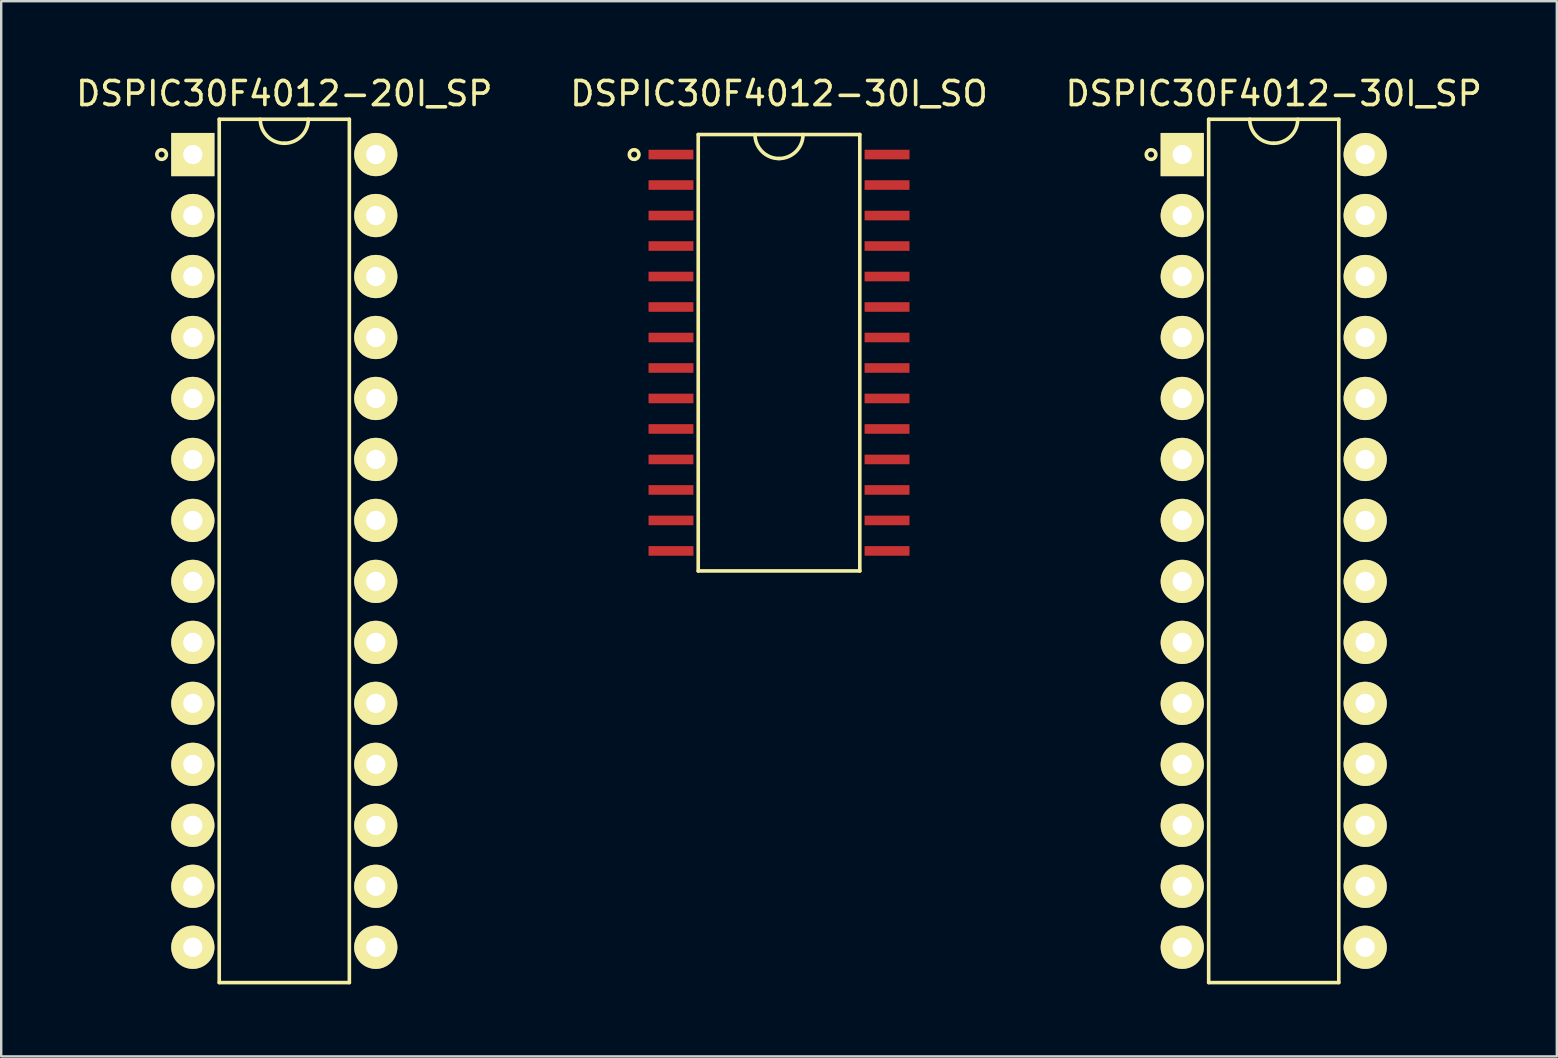
<source format=kicad_pcb>
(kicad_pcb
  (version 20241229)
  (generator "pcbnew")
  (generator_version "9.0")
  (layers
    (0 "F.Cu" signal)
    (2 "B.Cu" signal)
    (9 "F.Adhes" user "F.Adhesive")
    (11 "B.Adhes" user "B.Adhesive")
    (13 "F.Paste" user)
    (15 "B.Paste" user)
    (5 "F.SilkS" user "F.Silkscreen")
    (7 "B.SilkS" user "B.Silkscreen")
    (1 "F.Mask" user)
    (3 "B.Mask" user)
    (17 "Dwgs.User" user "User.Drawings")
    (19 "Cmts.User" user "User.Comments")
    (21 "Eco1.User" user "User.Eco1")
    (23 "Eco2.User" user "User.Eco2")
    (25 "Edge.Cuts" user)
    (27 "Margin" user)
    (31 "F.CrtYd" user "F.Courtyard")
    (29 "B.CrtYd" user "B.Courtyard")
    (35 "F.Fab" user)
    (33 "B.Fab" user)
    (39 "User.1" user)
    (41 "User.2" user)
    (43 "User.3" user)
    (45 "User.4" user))
  (footprint "DSPIC30F4012-30I_SP"
    (layer "F.Cu")
    (at 46.196 3.388)
    (property "Reference" "DSPIC30F4012-30I_SP" (at 3.81 -2.54 0) (layer "F.SilkS") (effects (font (size 1 1) (thickness 0.15))))
    (attr through_hole)
    (fp_line (start 1.1 -1.47) (end 6.52 -1.47) (stroke (width 0.15) (type solid)) (layer "F.SilkS"))
    (fp_line (start 1.1 34.49) (end 1.1 -1.47) (stroke (width 0.15) (type solid)) (layer "F.SilkS"))
    (fp_line (start 6.52 -1.47) (end 6.52 34.49) (stroke (width 0.15) (type solid)) (layer "F.SilkS"))
    (fp_line (start 6.52 34.49) (end 1.1 34.49) (stroke (width 0.15) (type solid)) (layer "F.SilkS"))
    (fp_arc (start 3.81 -0.47) (mid 3.102893 -0.762893) (end 2.81 -1.47) (stroke (width 0.15) (type solid)) (layer "F.SilkS"))
    (fp_arc (start 4.81 -1.47) (mid 4.517107 -0.762893) (end 3.81 -0.47) (stroke (width 0.15) (type solid)) (layer "F.SilkS"))
    (fp_circle (center -1.3 0) (end -1.3 0.2) (stroke (width 0.15) (type solid)) (fill no) (layer "F.SilkS"))
    (pad "1" thru_hole rect (at 0 0) (size 1.8 1.8) (drill 0.8) (layers "*.Cu" "*.Mask" "F.SilkS"))
    (pad "2" thru_hole circle (at 0 2.54) (size 1.8 1.8) (drill 0.8) (layers "*.Cu" "*.Mask" "F.SilkS"))
    (pad "3" thru_hole circle (at 0 5.08) (size 1.8 1.8) (drill 0.8) (layers "*.Cu" "*.Mask" "F.SilkS"))
    (pad "4" thru_hole circle (at 0 7.62) (size 1.8 1.8) (drill 0.8) (layers "*.Cu" "*.Mask" "F.SilkS"))
    (pad "5" thru_hole circle (at 0 10.16) (size 1.8 1.8) (drill 0.8) (layers "*.Cu" "*.Mask" "F.SilkS"))
    (pad "6" thru_hole circle (at 0 12.7) (size 1.8 1.8) (drill 0.8) (layers "*.Cu" "*.Mask" "F.SilkS"))
    (pad "7" thru_hole circle (at 0 15.24) (size 1.8 1.8) (drill 0.8) (layers "*.Cu" "*.Mask" "F.SilkS"))
    (pad "8" thru_hole circle (at 0 17.78) (size 1.8 1.8) (drill 0.8) (layers "*.Cu" "*.Mask" "F.SilkS"))
    (pad "9" thru_hole circle (at 0 20.32) (size 1.8 1.8) (drill 0.8) (layers "*.Cu" "*.Mask" "F.SilkS"))
    (pad "10" thru_hole circle (at 0 22.86) (size 1.8 1.8) (drill 0.8) (layers "*.Cu" "*.Mask" "F.SilkS"))
    (pad "11" thru_hole circle (at 0 25.4) (size 1.8 1.8) (drill 0.8) (layers "*.Cu" "*.Mask" "F.SilkS"))
    (pad "12" thru_hole circle (at 0 27.94) (size 1.8 1.8) (drill 0.8) (layers "*.Cu" "*.Mask" "F.SilkS"))
    (pad "13" thru_hole circle (at 0 30.48) (size 1.8 1.8) (drill 0.8) (layers "*.Cu" "*.Mask" "F.SilkS"))
    (pad "14" thru_hole circle (at 0 33.02) (size 1.8 1.8) (drill 0.8) (layers "*.Cu" "*.Mask" "F.SilkS"))
    (pad "15" thru_hole circle (at 7.62 33.02) (size 1.8 1.8) (drill 0.8) (layers "*.Cu" "*.Mask" "F.SilkS"))
    (pad "16" thru_hole circle (at 7.62 30.48) (size 1.8 1.8) (drill 0.8) (layers "*.Cu" "*.Mask" "F.SilkS"))
    (pad "17" thru_hole circle (at 7.62 27.94) (size 1.8 1.8) (drill 0.8) (layers "*.Cu" "*.Mask" "F.SilkS"))
    (pad "18" thru_hole circle (at 7.62 25.4) (size 1.8 1.8) (drill 0.8) (layers "*.Cu" "*.Mask" "F.SilkS"))
    (pad "19" thru_hole circle (at 7.62 22.86) (size 1.8 1.8) (drill 0.8) (layers "*.Cu" "*.Mask" "F.SilkS"))
    (pad "20" thru_hole circle (at 7.62 20.32) (size 1.8 1.8) (drill 0.8) (layers "*.Cu" "*.Mask" "F.SilkS"))
    (pad "21" thru_hole circle (at 7.62 17.78) (size 1.8 1.8) (drill 0.8) (layers "*.Cu" "*.Mask" "F.SilkS"))
    (pad "22" thru_hole circle (at 7.62 15.24) (size 1.8 1.8) (drill 0.8) (layers "*.Cu" "*.Mask" "F.SilkS"))
    (pad "23" thru_hole circle (at 7.62 12.7) (size 1.8 1.8) (drill 0.8) (layers "*.Cu" "*.Mask" "F.SilkS"))
    (pad "24" thru_hole circle (at 7.62 10.16) (size 1.8 1.8) (drill 0.8) (layers "*.Cu" "*.Mask" "F.SilkS"))
    (pad "25" thru_hole circle (at 7.62 7.62) (size 1.8 1.8) (drill 0.8) (layers "*.Cu" "*.Mask" "F.SilkS"))
    (pad "26" thru_hole circle (at 7.62 5.08) (size 1.8 1.8) (drill 0.8) (layers "*.Cu" "*.Mask" "F.SilkS"))
    (pad "27" thru_hole circle (at 7.62 2.54) (size 1.8 1.8) (drill 0.8) (layers "*.Cu" "*.Mask" "F.SilkS"))
    (pad "28" thru_hole circle (at 7.62 0) (size 1.8 1.8) (drill 0.8) (layers "*.Cu" "*.Mask" "F.SilkS")))
  (footprint "DSPIC30F4012-20I_SP"
    (layer "F.Cu")
    (at 4.982 3.388)
    (property "Reference" "DSPIC30F4012-20I_SP" (at 3.81 -2.54 0) (layer "F.SilkS") (effects (font (size 1 1) (thickness 0.15))))
    (attr through_hole)
    (fp_line (start 1.1 -1.47) (end 6.52 -1.47) (stroke (width 0.15) (type solid)) (layer "F.SilkS"))
    (fp_line (start 1.1 34.49) (end 1.1 -1.47) (stroke (width 0.15) (type solid)) (layer "F.SilkS"))
    (fp_line (start 6.52 -1.47) (end 6.52 34.49) (stroke (width 0.15) (type solid)) (layer "F.SilkS"))
    (fp_line (start 6.52 34.49) (end 1.1 34.49) (stroke (width 0.15) (type solid)) (layer "F.SilkS"))
    (fp_arc (start 3.81 -0.47) (mid 3.102893 -0.762893) (end 2.81 -1.47) (stroke (width 0.15) (type solid)) (layer "F.SilkS"))
    (fp_arc (start 4.81 -1.47) (mid 4.517107 -0.762893) (end 3.81 -0.47) (stroke (width 0.15) (type solid)) (layer "F.SilkS"))
    (fp_circle (center -1.3 0) (end -1.3 0.2) (stroke (width 0.15) (type solid)) (fill no) (layer "F.SilkS"))
    (pad "1" thru_hole rect (at 0 0) (size 1.8 1.8) (drill 0.8) (layers "*.Cu" "*.Mask" "F.SilkS"))
    (pad "2" thru_hole circle (at 0 2.54) (size 1.8 1.8) (drill 0.8) (layers "*.Cu" "*.Mask" "F.SilkS"))
    (pad "3" thru_hole circle (at 0 5.08) (size 1.8 1.8) (drill 0.8) (layers "*.Cu" "*.Mask" "F.SilkS"))
    (pad "4" thru_hole circle (at 0 7.62) (size 1.8 1.8) (drill 0.8) (layers "*.Cu" "*.Mask" "F.SilkS"))
    (pad "5" thru_hole circle (at 0 10.16) (size 1.8 1.8) (drill 0.8) (layers "*.Cu" "*.Mask" "F.SilkS"))
    (pad "6" thru_hole circle (at 0 12.7) (size 1.8 1.8) (drill 0.8) (layers "*.Cu" "*.Mask" "F.SilkS"))
    (pad "7" thru_hole circle (at 0 15.24) (size 1.8 1.8) (drill 0.8) (layers "*.Cu" "*.Mask" "F.SilkS"))
    (pad "8" thru_hole circle (at 0 17.78) (size 1.8 1.8) (drill 0.8) (layers "*.Cu" "*.Mask" "F.SilkS"))
    (pad "9" thru_hole circle (at 0 20.32) (size 1.8 1.8) (drill 0.8) (layers "*.Cu" "*.Mask" "F.SilkS"))
    (pad "10" thru_hole circle (at 0 22.86) (size 1.8 1.8) (drill 0.8) (layers "*.Cu" "*.Mask" "F.SilkS"))
    (pad "11" thru_hole circle (at 0 25.4) (size 1.8 1.8) (drill 0.8) (layers "*.Cu" "*.Mask" "F.SilkS"))
    (pad "12" thru_hole circle (at 0 27.94) (size 1.8 1.8) (drill 0.8) (layers "*.Cu" "*.Mask" "F.SilkS"))
    (pad "13" thru_hole circle (at 0 30.48) (size 1.8 1.8) (drill 0.8) (layers "*.Cu" "*.Mask" "F.SilkS"))
    (pad "14" thru_hole circle (at 0 33.02) (size 1.8 1.8) (drill 0.8) (layers "*.Cu" "*.Mask" "F.SilkS"))
    (pad "15" thru_hole circle (at 7.62 33.02) (size 1.8 1.8) (drill 0.8) (layers "*.Cu" "*.Mask" "F.SilkS"))
    (pad "16" thru_hole circle (at 7.62 30.48) (size 1.8 1.8) (drill 0.8) (layers "*.Cu" "*.Mask" "F.SilkS"))
    (pad "17" thru_hole circle (at 7.62 27.94) (size 1.8 1.8) (drill 0.8) (layers "*.Cu" "*.Mask" "F.SilkS"))
    (pad "18" thru_hole circle (at 7.62 25.4) (size 1.8 1.8) (drill 0.8) (layers "*.Cu" "*.Mask" "F.SilkS"))
    (pad "19" thru_hole circle (at 7.62 22.86) (size 1.8 1.8) (drill 0.8) (layers "*.Cu" "*.Mask" "F.SilkS"))
    (pad "20" thru_hole circle (at 7.62 20.32) (size 1.8 1.8) (drill 0.8) (layers "*.Cu" "*.Mask" "F.SilkS"))
    (pad "21" thru_hole circle (at 7.62 17.78) (size 1.8 1.8) (drill 0.8) (layers "*.Cu" "*.Mask" "F.SilkS"))
    (pad "22" thru_hole circle (at 7.62 15.24) (size 1.8 1.8) (drill 0.8) (layers "*.Cu" "*.Mask" "F.SilkS"))
    (pad "23" thru_hole circle (at 7.62 12.7) (size 1.8 1.8) (drill 0.8) (layers "*.Cu" "*.Mask" "F.SilkS"))
    (pad "24" thru_hole circle (at 7.62 10.16) (size 1.8 1.8) (drill 0.8) (layers "*.Cu" "*.Mask" "F.SilkS"))
    (pad "25" thru_hole circle (at 7.62 7.62) (size 1.8 1.8) (drill 0.8) (layers "*.Cu" "*.Mask" "F.SilkS"))
    (pad "26" thru_hole circle (at 7.62 5.08) (size 1.8 1.8) (drill 0.8) (layers "*.Cu" "*.Mask" "F.SilkS"))
    (pad "27" thru_hole circle (at 7.62 2.54) (size 1.8 1.8) (drill 0.8) (layers "*.Cu" "*.Mask" "F.SilkS"))
    (pad "28" thru_hole circle (at 7.62 0) (size 1.8 1.8) (drill 0.8) (layers "*.Cu" "*.Mask" "F.SilkS")))
  (footprint "DSPIC30F4012-30I_SO"
    (layer "F.Cu")
    (at 24.899 3.388)
    (property "Reference" "DSPIC30F4012-30I_SO" (at 4.5 -2.54 0) (layer "F.SilkS") (effects (font (size 1 1) (thickness 0.15))))
    (attr through_hole)
    (fp_line (start 1.135 -0.835) (end 7.865 -0.835) (stroke (width 0.15) (type solid)) (layer "F.SilkS"))
    (fp_line (start 1.135 17.345) (end 1.135 -0.835) (stroke (width 0.15) (type solid)) (layer "F.SilkS"))
    (fp_line (start 7.865 -0.835) (end 7.865 17.345) (stroke (width 0.15) (type solid)) (layer "F.SilkS"))
    (fp_line (start 7.865 17.345) (end 1.135 17.345) (stroke (width 0.15) (type solid)) (layer "F.SilkS"))
    (fp_arc (start 4.5 0.165) (mid 3.792893 -0.127893) (end 3.5 -0.835) (stroke (width 0.15) (type solid)) (layer "F.SilkS"))
    (fp_arc (start 5.5 -0.835) (mid 5.207107 -0.127893) (end 4.5 0.165) (stroke (width 0.15) (type solid)) (layer "F.SilkS"))
    (fp_circle (center -1.535 0) (end -1.535 0.2) (stroke (width 0.15) (type solid)) (fill no) (layer "F.SilkS"))
    (pad "1" smd rect (at 0 0) (size 1.87 0.4) (layers "F.Cu" "F.Mask" "F.Paste"))
    (pad "2" smd rect (at 0 1.27) (size 1.87 0.4) (layers "F.Cu" "F.Mask" "F.Paste"))
    (pad "3" smd rect (at 0 2.54) (size 1.87 0.4) (layers "F.Cu" "F.Mask" "F.Paste"))
    (pad "4" smd rect (at 0 3.81) (size 1.87 0.4) (layers "F.Cu" "F.Mask" "F.Paste"))
    (pad "5" smd rect (at 0 5.08) (size 1.87 0.4) (layers "F.Cu" "F.Mask" "F.Paste"))
    (pad "6" smd rect (at 0 6.35) (size 1.87 0.4) (layers "F.Cu" "F.Mask" "F.Paste"))
    (pad "7" smd rect (at 0 7.62) (size 1.87 0.4) (layers "F.Cu" "F.Mask" "F.Paste"))
    (pad "8" smd rect (at 0 8.89) (size 1.87 0.4) (layers "F.Cu" "F.Mask" "F.Paste"))
    (pad "9" smd rect (at 0 10.16) (size 1.87 0.4) (layers "F.Cu" "F.Mask" "F.Paste"))
    (pad "10" smd rect (at 0 11.43) (size 1.87 0.4) (layers "F.Cu" "F.Mask" "F.Paste"))
    (pad "11" smd rect (at 0 12.7) (size 1.87 0.4) (layers "F.Cu" "F.Mask" "F.Paste"))
    (pad "12" smd rect (at 0 13.97) (size 1.87 0.4) (layers "F.Cu" "F.Mask" "F.Paste"))
    (pad "13" smd rect (at 0 15.24) (size 1.87 0.4) (layers "F.Cu" "F.Mask" "F.Paste"))
    (pad "14" smd rect (at 0 16.51) (size 1.87 0.4) (layers "F.Cu" "F.Mask" "F.Paste"))
    (pad "15" smd rect (at 9 16.51) (size 1.87 0.4) (layers "F.Cu" "F.Mask" "F.Paste"))
    (pad "16" smd rect (at 9 15.24) (size 1.87 0.4) (layers "F.Cu" "F.Mask" "F.Paste"))
    (pad "17" smd rect (at 9 13.97) (size 1.87 0.4) (layers "F.Cu" "F.Mask" "F.Paste"))
    (pad "18" smd rect (at 9 12.7) (size 1.87 0.4) (layers "F.Cu" "F.Mask" "F.Paste"))
    (pad "19" smd rect (at 9 11.43) (size 1.87 0.4) (layers "F.Cu" "F.Mask" "F.Paste"))
    (pad "20" smd rect (at 9 10.16) (size 1.87 0.4) (layers "F.Cu" "F.Mask" "F.Paste"))
    (pad "21" smd rect (at 9 8.89) (size 1.87 0.4) (layers "F.Cu" "F.Mask" "F.Paste"))
    (pad "22" smd rect (at 9 7.62) (size 1.87 0.4) (layers "F.Cu" "F.Mask" "F.Paste"))
    (pad "23" smd rect (at 9 6.35) (size 1.87 0.4) (layers "F.Cu" "F.Mask" "F.Paste"))
    (pad "24" smd rect (at 9 5.08) (size 1.87 0.4) (layers "F.Cu" "F.Mask" "F.Paste"))
    (pad "25" smd rect (at 9 3.81) (size 1.87 0.4) (layers "F.Cu" "F.Mask" "F.Paste"))
    (pad "26" smd rect (at 9 2.54) (size 1.87 0.4) (layers "F.Cu" "F.Mask" "F.Paste"))
    (pad "27" smd rect (at 9 1.27) (size 1.87 0.4) (layers "F.Cu" "F.Mask" "F.Paste"))
    (pad "28" smd rect (at 9 0) (size 1.87 0.4) (layers "F.Cu" "F.Mask" "F.Paste")))
  (gr_rect
    (start -3 -3)
    (end 61.798 40.953)
    (stroke (width 0.1) (type default))
    (fill no)
    (layer "Edge.Cuts")))
</source>
